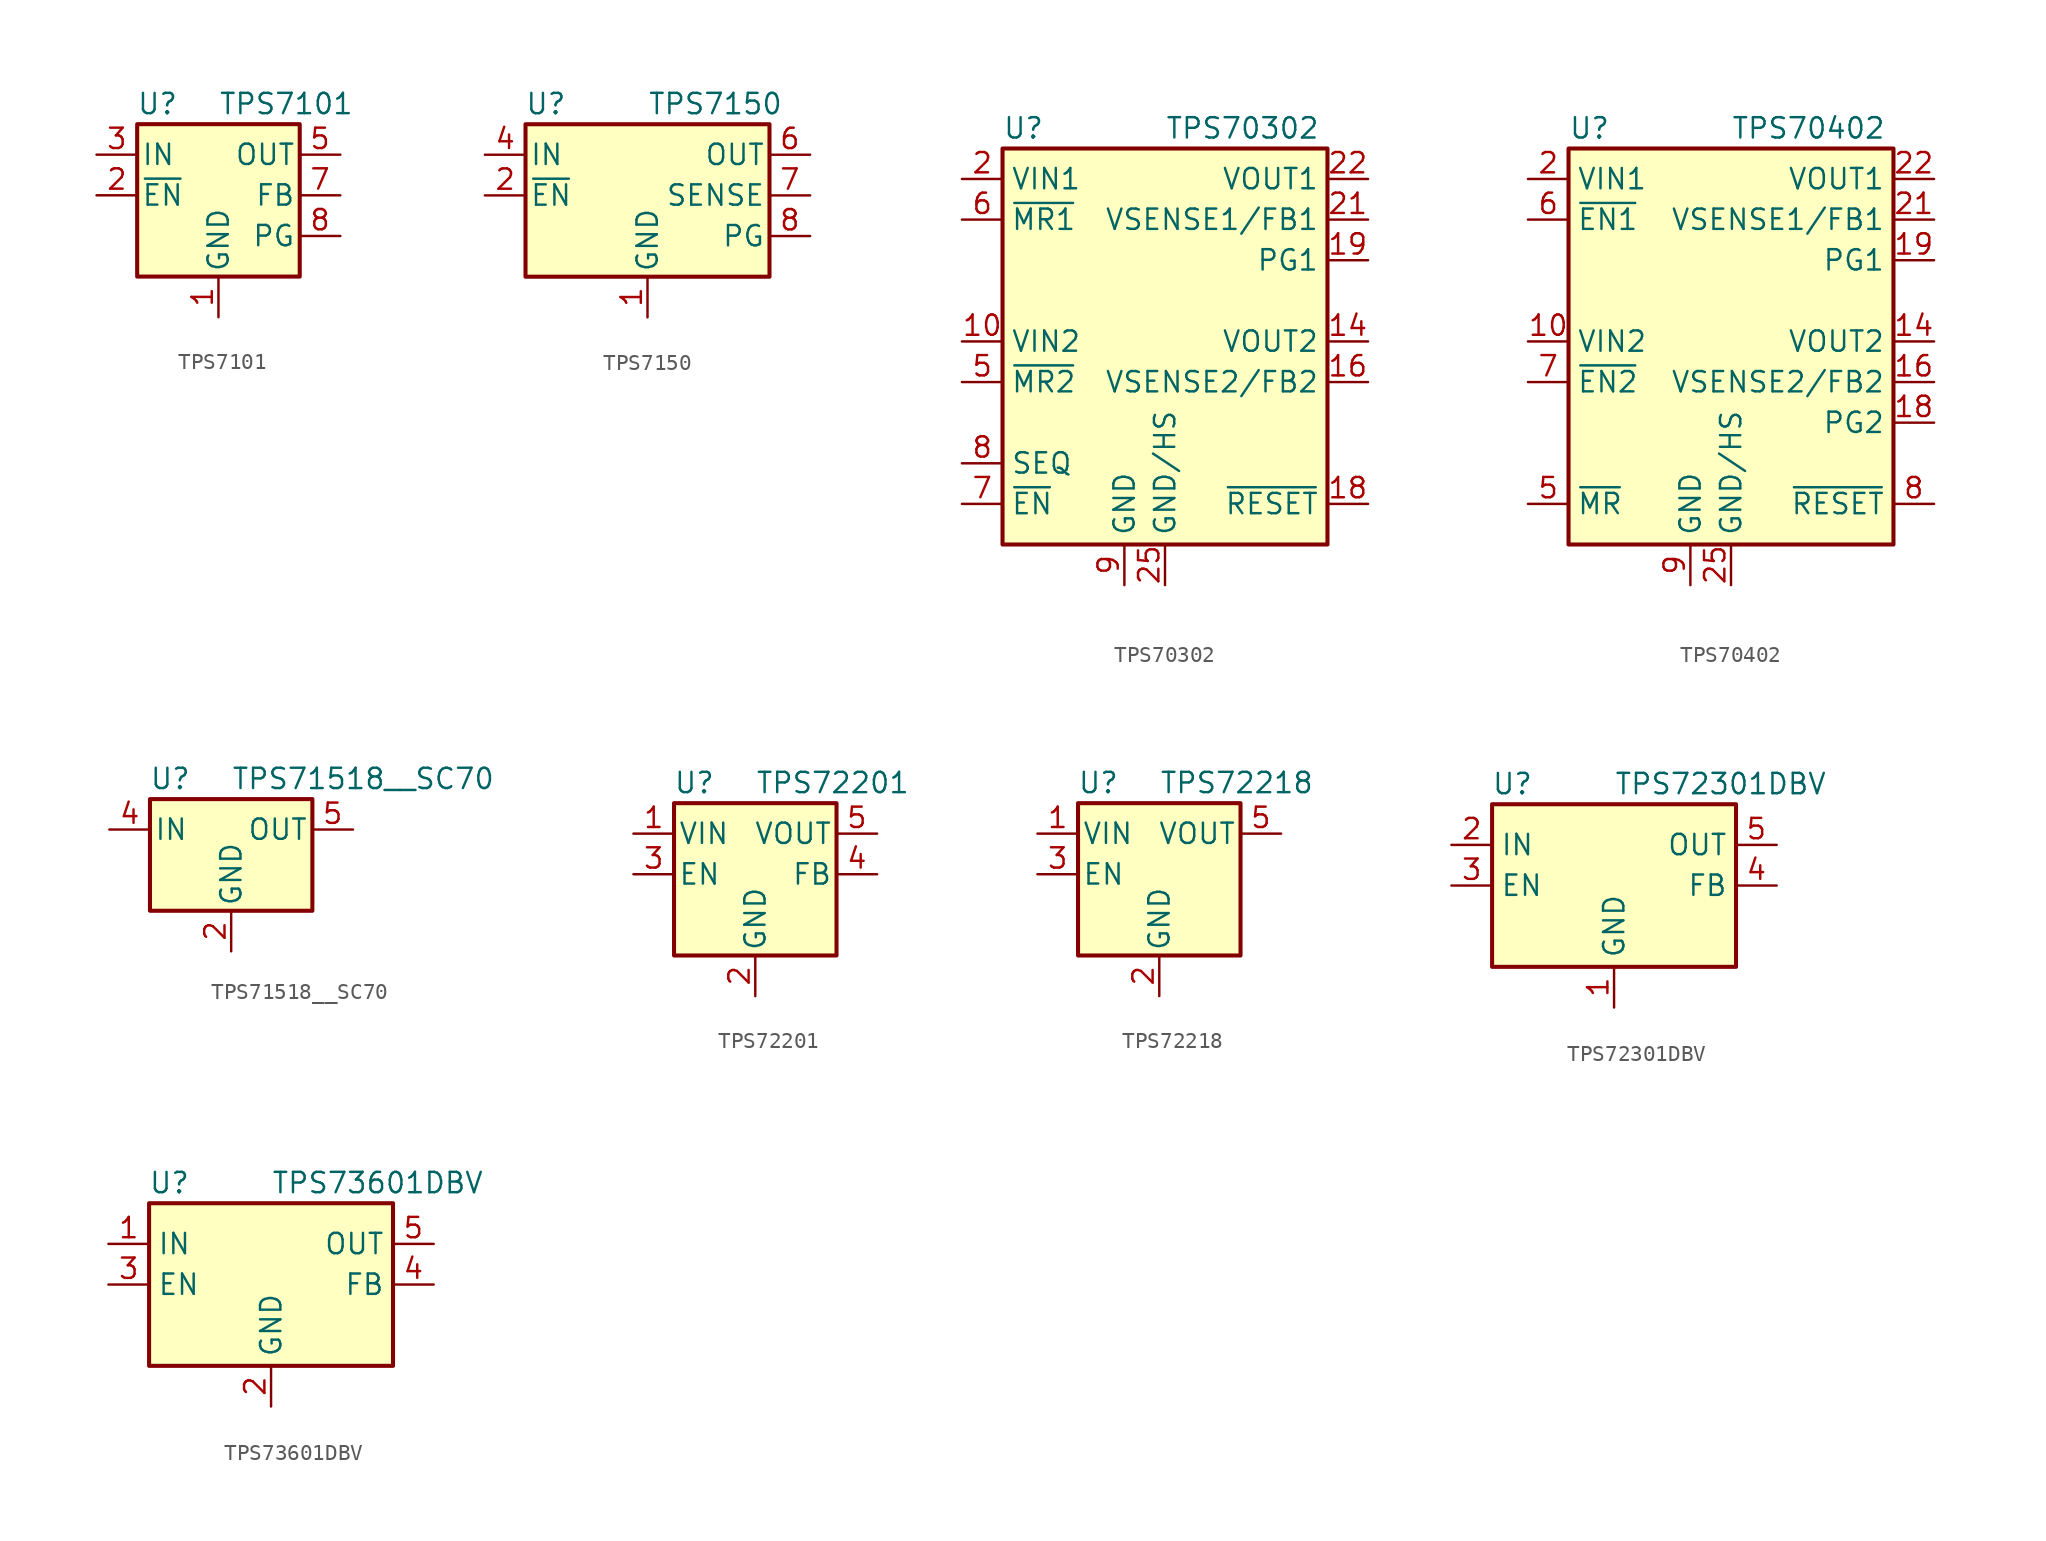
<source format=kicad_sym>
(kicad_symbol_lib
  (version 20241209)
  (generator "kicad_symbol_editor")
  (generator_version "9.0")
  (symbol "TPS7101"
    (pin_names
      (offset 0.254))
    (property "Reference" "U"
      (at -3.81 5.715 0)
      (effects (font (size 1.27 1.27))))
    (property "Value" "TPS7101"
      (at 0 5.715 0)
      (effects (font (size 1.27 1.27)) (justify left)))
    (symbol "TPS7101_0_1"
      (rectangle (start -5.08 4.445) (end 5.08 -5.08) (stroke (width 0.254) (type default)) (fill (type background))))
    (symbol "TPS7101_1_1"
      (pin power_in line (at -7.62 2.54 0) (length 2.54) (name "IN" (effects (font (size 1.27 1.27)))) (number "3" (effects (font (size 1.27 1.27)))))
      (pin passive line (at -7.62 2.54 0) (length 2.54) (hide yes) (name "IN" (effects (font (size 1.27 1.27)))) (number "4" (effects (font (size 1.27 1.27)))))
      (pin input line (at -7.62 0 0) (length 2.54) (name "~{EN}" (effects (font (size 1.27 1.27)))) (number "2" (effects (font (size 1.27 1.27)))))
      (pin power_in line (at 0 -7.62 90) (length 2.54) (name "GND" (effects (font (size 1.27 1.27)))) (number "1" (effects (font (size 1.27 1.27)))))
      (pin power_out line (at 7.62 2.54 180) (length 2.54) (name "OUT" (effects (font (size 1.27 1.27)))) (number "5" (effects (font (size 1.27 1.27)))))
      (pin passive line (at 7.62 2.54 180) (length 2.54) (hide yes) (name "OUT" (effects (font (size 1.27 1.27)))) (number "6" (effects (font (size 1.27 1.27)))))
      (pin input line (at 7.62 0 180) (length 2.54) (name "FB" (effects (font (size 1.27 1.27)))) (number "7" (effects (font (size 1.27 1.27)))))
      (pin output line (at 7.62 -2.54 180) (length 2.54) (name "PG" (effects (font (size 1.27 1.27)))) (number "8" (effects (font (size 1.27 1.27)))))))
  (symbol "TPS7150"
    (pin_names
      (offset 0.254))
    (property "Reference" "U"
      (at -6.35 8.255 0)
      (effects (font (size 1.27 1.27))))
    (property "Value" "TPS7150"
      (at 0 8.255 0)
      (effects (font (size 1.27 1.27)) (justify left)))
    (symbol "TPS7150_0_1"
      (rectangle (start -7.62 6.985) (end 7.62 -2.54) (stroke (width 0.254) (type default)) (fill (type background))))
    (symbol "TPS7150_1_1"
      (pin passive line (at -10.16 5.08 0) (length 2.54) (hide yes) (name "IN" (effects (font (size 1.27 1.27)))) (number "3" (effects (font (size 1.27 1.27)))))
      (pin power_in line (at -10.16 5.08 0) (length 2.54) (name "IN" (effects (font (size 1.27 1.27)))) (number "4" (effects (font (size 1.27 1.27)))))
      (pin input line (at -10.16 2.54 0) (length 2.54) (name "~{EN}" (effects (font (size 1.27 1.27)))) (number "2" (effects (font (size 1.27 1.27)))))
      (pin power_in line (at 0 -5.08 90) (length 2.54) (name "GND" (effects (font (size 1.27 1.27)))) (number "1" (effects (font (size 1.27 1.27)))))
      (pin passive line (at 10.16 5.08 180) (length 2.54) (hide yes) (name "OUT" (effects (font (size 1.27 1.27)))) (number "5" (effects (font (size 1.27 1.27)))))
      (pin power_out line (at 10.16 5.08 180) (length 2.54) (name "OUT" (effects (font (size 1.27 1.27)))) (number "6" (effects (font (size 1.27 1.27)))))
      (pin input line (at 10.16 2.54 180) (length 2.54) (name "SENSE" (effects (font (size 1.27 1.27)))) (number "7" (effects (font (size 1.27 1.27)))))
      (pin output line (at 10.16 0 180) (length 2.54) (name "PG" (effects (font (size 1.27 1.27)))) (number "8" (effects (font (size 1.27 1.27)))))))
  (symbol "TPS70302"
    (property "Reference" "U"
      (at -10.16 13.335 0)
      (effects (font (size 1.27 1.27)) (justify left)))
    (property "Value" "TPS70302"
      (at 0 13.335 0)
      (effects (font (size 1.27 1.27)) (justify left)))
    (symbol "TPS70302_0_1"
      (rectangle (start -10.16 12.065) (end 10.16 -12.7) (stroke (width 0.254) (type default)) (fill (type background))))
    (symbol "TPS70302_1_1"
      (pin power_in line (at -12.7 10.16 0) (length 2.54) (name "VIN1" (effects (font (size 1.27 1.27)))) (number "2" (effects (font (size 1.27 1.27)))))
      (pin passive line (at -12.7 10.16 0) (length 2.54) (hide yes) (name "VIN1" (effects (font (size 1.27 1.27)))) (number "3" (effects (font (size 1.27 1.27)))))
      (pin input line (at -12.7 7.62 0) (length 2.54) (name "~{MR1}" (effects (font (size 1.27 1.27)))) (number "6" (effects (font (size 1.27 1.27)))))
      (pin power_in line (at -12.7 0 0) (length 2.54) (name "VIN2" (effects (font (size 1.27 1.27)))) (number "10" (effects (font (size 1.27 1.27)))))
      (pin passive line (at -12.7 0 0) (length 2.54) (hide yes) (name "VIN2" (effects (font (size 1.27 1.27)))) (number "11" (effects (font (size 1.27 1.27)))))
      (pin input line (at -12.7 -2.54 0) (length 2.54) (name "~{MR2}" (effects (font (size 1.27 1.27)))) (number "5" (effects (font (size 1.27 1.27)))))
      (pin input line (at -12.7 -7.62 0) (length 2.54) (name "SEQ" (effects (font (size 1.27 1.27)))) (number "8" (effects (font (size 1.27 1.27)))))
      (pin input line (at -12.7 -10.16 0) (length 2.54) (name "~{EN}" (effects (font (size 1.27 1.27)))) (number "7" (effects (font (size 1.27 1.27)))))
      (pin no_connect line (at -10.16 5.08 0) (length 2.54) (hide yes) (name "NC" (effects (font (size 1.27 1.27)))) (number "4" (effects (font (size 1.27 1.27)))))
      (pin no_connect line (at -10.16 2.54 0) (length 2.54) (hide yes) (name "NC" (effects (font (size 1.27 1.27)))) (number "17" (effects (font (size 1.27 1.27)))))
      (pin no_connect line (at -10.16 -5.08 0) (length 2.54) (hide yes) (name "NC" (effects (font (size 1.27 1.27)))) (number "20" (effects (font (size 1.27 1.27)))))
      (pin power_in line (at -2.54 -15.24 90) (length 2.54) (name "GND" (effects (font (size 1.27 1.27)))) (number "9" (effects (font (size 1.27 1.27)))))
      (pin passive line (at 0 -15.24 90) (length 2.54) (hide yes) (name "GND/HS" (effects (font (size 1.27 1.27)))) (number "1" (effects (font (size 1.27 1.27)))))
      (pin passive line (at 0 -15.24 90) (length 2.54) (hide yes) (name "GND/HS" (effects (font (size 1.27 1.27)))) (number "12" (effects (font (size 1.27 1.27)))))
      (pin passive line (at 0 -15.24 90) (length 2.54) (hide yes) (name "GND/HS" (effects (font (size 1.27 1.27)))) (number "13" (effects (font (size 1.27 1.27)))))
      (pin passive line (at 0 -15.24 90) (length 2.54) (hide yes) (name "GND/HS" (effects (font (size 1.27 1.27)))) (number "24" (effects (font (size 1.27 1.27)))))
      (pin power_in line (at 0 -15.24 90) (length 2.54) (name "GND/HS" (effects (font (size 1.27 1.27)))) (number "25" (effects (font (size 1.27 1.27)))))
      (pin power_out line (at 12.7 10.16 180) (length 2.54) (name "VOUT1" (effects (font (size 1.27 1.27)))) (number "22" (effects (font (size 1.27 1.27)))))
      (pin passive line (at 12.7 10.16 180) (length 2.54) (hide yes) (name "VOUT1" (effects (font (size 1.27 1.27)))) (number "23" (effects (font (size 1.27 1.27)))))
      (pin input line (at 12.7 7.62 180) (length 2.54) (name "VSENSE1/FB1" (effects (font (size 1.27 1.27)))) (number "21" (effects (font (size 1.27 1.27)))))
      (pin open_collector line (at 12.7 5.08 180) (length 2.54) (name "PG1" (effects (font (size 1.27 1.27)))) (number "19" (effects (font (size 1.27 1.27)))))
      (pin power_out line (at 12.7 0 180) (length 2.54) (name "VOUT2" (effects (font (size 1.27 1.27)))) (number "14" (effects (font (size 1.27 1.27)))))
      (pin passive line (at 12.7 0 180) (length 2.54) (hide yes) (name "VOUT2" (effects (font (size 1.27 1.27)))) (number "15" (effects (font (size 1.27 1.27)))))
      (pin input line (at 12.7 -2.54 180) (length 2.54) (name "VSENSE2/FB2" (effects (font (size 1.27 1.27)))) (number "16" (effects (font (size 1.27 1.27)))))
      (pin open_collector line (at 12.7 -10.16 180) (length 2.54) (name "~{RESET}" (effects (font (size 1.27 1.27)))) (number "18" (effects (font (size 1.27 1.27)))))))
  (symbol "TPS70402"
    (property "Reference" "U"
      (at -10.16 13.335 0)
      (effects (font (size 1.27 1.27)) (justify left)))
    (property "Value" "TPS70402"
      (at 0 13.335 0)
      (effects (font (size 1.27 1.27)) (justify left)))
    (symbol "TPS70402_0_1"
      (rectangle (start -10.16 12.065) (end 10.16 -12.7) (stroke (width 0.254) (type default)) (fill (type background))))
    (symbol "TPS70402_1_1"
      (pin power_in line (at -12.7 10.16 0) (length 2.54) (name "VIN1" (effects (font (size 1.27 1.27)))) (number "2" (effects (font (size 1.27 1.27)))))
      (pin passive line (at -12.7 10.16 0) (length 2.54) (hide yes) (name "VIN1" (effects (font (size 1.27 1.27)))) (number "3" (effects (font (size 1.27 1.27)))))
      (pin input line (at -12.7 7.62 0) (length 2.54) (name "~{EN1}" (effects (font (size 1.27 1.27)))) (number "6" (effects (font (size 1.27 1.27)))))
      (pin power_in line (at -12.7 0 0) (length 2.54) (name "VIN2" (effects (font (size 1.27 1.27)))) (number "10" (effects (font (size 1.27 1.27)))))
      (pin passive line (at -12.7 0 0) (length 2.54) (hide yes) (name "VIN2" (effects (font (size 1.27 1.27)))) (number "11" (effects (font (size 1.27 1.27)))))
      (pin input line (at -12.7 -2.54 0) (length 2.54) (name "~{EN2}" (effects (font (size 1.27 1.27)))) (number "7" (effects (font (size 1.27 1.27)))))
      (pin input line (at -12.7 -10.16 0) (length 2.54) (name "~{MR}" (effects (font (size 1.27 1.27)))) (number "5" (effects (font (size 1.27 1.27)))))
      (pin no_connect line (at -10.16 5.08 0) (length 2.54) (hide yes) (name "NC" (effects (font (size 1.27 1.27)))) (number "4" (effects (font (size 1.27 1.27)))))
      (pin no_connect line (at -10.16 2.54 0) (length 2.54) (hide yes) (name "NC" (effects (font (size 1.27 1.27)))) (number "17" (effects (font (size 1.27 1.27)))))
      (pin no_connect line (at -10.16 -5.08 0) (length 2.54) (hide yes) (name "NC" (effects (font (size 1.27 1.27)))) (number "20" (effects (font (size 1.27 1.27)))))
      (pin power_in line (at -2.54 -15.24 90) (length 2.54) (name "GND" (effects (font (size 1.27 1.27)))) (number "9" (effects (font (size 1.27 1.27)))))
      (pin passive line (at 0 -15.24 90) (length 2.54) (hide yes) (name "GND/HS" (effects (font (size 1.27 1.27)))) (number "1" (effects (font (size 1.27 1.27)))))
      (pin passive line (at 0 -15.24 90) (length 2.54) (hide yes) (name "GND/HS" (effects (font (size 1.27 1.27)))) (number "12" (effects (font (size 1.27 1.27)))))
      (pin passive line (at 0 -15.24 90) (length 2.54) (hide yes) (name "GND/HS" (effects (font (size 1.27 1.27)))) (number "13" (effects (font (size 1.27 1.27)))))
      (pin passive line (at 0 -15.24 90) (length 2.54) (hide yes) (name "GND/HS" (effects (font (size 1.27 1.27)))) (number "24" (effects (font (size 1.27 1.27)))))
      (pin power_in line (at 0 -15.24 90) (length 2.54) (name "GND/HS" (effects (font (size 1.27 1.27)))) (number "25" (effects (font (size 1.27 1.27)))))
      (pin power_out line (at 12.7 10.16 180) (length 2.54) (name "VOUT1" (effects (font (size 1.27 1.27)))) (number "22" (effects (font (size 1.27 1.27)))))
      (pin passive line (at 12.7 10.16 180) (length 2.54) (hide yes) (name "VOUT1" (effects (font (size 1.27 1.27)))) (number "23" (effects (font (size 1.27 1.27)))))
      (pin input line (at 12.7 7.62 180) (length 2.54) (name "VSENSE1/FB1" (effects (font (size 1.27 1.27)))) (number "21" (effects (font (size 1.27 1.27)))))
      (pin open_collector line (at 12.7 5.08 180) (length 2.54) (name "PG1" (effects (font (size 1.27 1.27)))) (number "19" (effects (font (size 1.27 1.27)))))
      (pin power_out line (at 12.7 0 180) (length 2.54) (name "VOUT2" (effects (font (size 1.27 1.27)))) (number "14" (effects (font (size 1.27 1.27)))))
      (pin passive line (at 12.7 0 180) (length 2.54) (hide yes) (name "VOUT2" (effects (font (size 1.27 1.27)))) (number "15" (effects (font (size 1.27 1.27)))))
      (pin input line (at 12.7 -2.54 180) (length 2.54) (name "VSENSE2/FB2" (effects (font (size 1.27 1.27)))) (number "16" (effects (font (size 1.27 1.27)))))
      (pin open_collector line (at 12.7 -5.08 180) (length 2.54) (name "PG2" (effects (font (size 1.27 1.27)))) (number "18" (effects (font (size 1.27 1.27)))))
      (pin open_collector line (at 12.7 -10.16 180) (length 2.54) (name "~{RESET}" (effects (font (size 1.27 1.27)))) (number "8" (effects (font (size 1.27 1.27)))))))
  (symbol "TPS71518__SC70"
    (pin_names
      (offset 0.254))
    (property "Reference" "U"
      (at -3.81 3.175 0)
      (effects (font (size 1.27 1.27))))
    (property "Value" "TPS71518__SC70"
      (at 0 3.175 0)
      (effects (font (size 1.27 1.27)) (justify left)))
    (symbol "TPS71518__SC70_0_1"
      (rectangle (start -5.08 1.905) (end 5.08 -5.08) (stroke (width 0.254) (type default)) (fill (type background))))
    (symbol "TPS71518__SC70_1_1"
      (pin power_in line (at -7.62 0 0) (length 2.54) (name "IN" (effects (font (size 1.27 1.27)))) (number "4" (effects (font (size 1.27 1.27)))))
      (pin no_connect line (at -5.08 -2.54 0) (length 2.54) (hide yes) (name "NC" (effects (font (size 1.27 1.27)))) (number "3" (effects (font (size 1.27 1.27)))))
      (pin power_in line (at 0 -7.62 90) (length 2.54) (name "GND" (effects (font (size 1.27 1.27)))) (number "2" (effects (font (size 1.27 1.27)))))
      (pin no_connect line (at 5.08 -2.54 180) (length 2.54) (hide yes) (name "NC" (effects (font (size 1.27 1.27)))) (number "1" (effects (font (size 1.27 1.27)))))
      (pin power_out line (at 7.62 0 180) (length 2.54) (name "OUT" (effects (font (size 1.27 1.27)))) (number "5" (effects (font (size 1.27 1.27)))))))
  (symbol "TPS72201"
    (pin_names
      (offset 0.254))
    (property "Reference" "U"
      (at -3.81 5.715 0)
      (effects (font (size 1.27 1.27))))
    (property "Value" "TPS72201"
      (at 0 5.715 0)
      (effects (font (size 1.27 1.27)) (justify left)))
    (symbol "TPS72201_0_1"
      (rectangle (start -5.08 4.445) (end 5.08 -5.08) (stroke (width 0.254) (type default)) (fill (type background))))
    (symbol "TPS72201_1_1"
      (pin power_in line (at -7.62 2.54 0) (length 2.54) (name "VIN" (effects (font (size 1.27 1.27)))) (number "1" (effects (font (size 1.27 1.27)))))
      (pin input line (at -7.62 0 0) (length 2.54) (name "EN" (effects (font (size 1.27 1.27)))) (number "3" (effects (font (size 1.27 1.27)))))
      (pin power_in line (at 0 -7.62 90) (length 2.54) (name "GND" (effects (font (size 1.27 1.27)))) (number "2" (effects (font (size 1.27 1.27)))))
      (pin power_out line (at 7.62 2.54 180) (length 2.54) (name "VOUT" (effects (font (size 1.27 1.27)))) (number "5" (effects (font (size 1.27 1.27)))))
      (pin input line (at 7.62 0 180) (length 2.54) (name "FB" (effects (font (size 1.27 1.27)))) (number "4" (effects (font (size 1.27 1.27)))))))
  (symbol "TPS72218"
    (pin_names
      (offset 0.254))
    (property "Reference" "U"
      (at -3.81 5.715 0)
      (effects (font (size 1.27 1.27))))
    (property "Value" "TPS72218"
      (at 0 5.715 0)
      (effects (font (size 1.27 1.27)) (justify left)))
    (symbol "TPS72218_0_1"
      (rectangle (start -5.08 4.445) (end 5.08 -5.08) (stroke (width 0.254) (type default)) (fill (type background))))
    (symbol "TPS72218_1_1"
      (pin power_in line (at -7.62 2.54 0) (length 2.54) (name "VIN" (effects (font (size 1.27 1.27)))) (number "1" (effects (font (size 1.27 1.27)))))
      (pin input line (at -7.62 0 0) (length 2.54) (name "EN" (effects (font (size 1.27 1.27)))) (number "3" (effects (font (size 1.27 1.27)))))
      (pin power_in line (at 0 -7.62 90) (length 2.54) (name "GND" (effects (font (size 1.27 1.27)))) (number "2" (effects (font (size 1.27 1.27)))))
      (pin no_connect line (at 2.54 0 180) (length 2.54) (hide yes) (name "NC" (effects (font (size 1.27 1.27)))) (number "4" (effects (font (size 1.27 1.27)))))
      (pin power_out line (at 7.62 2.54 180) (length 2.54) (name "VOUT" (effects (font (size 1.27 1.27)))) (number "5" (effects (font (size 1.27 1.27)))))))
  (symbol "TPS72301DBV"
    (property "Reference" "U"
      (at -6.35 6.35 0)
      (effects (font (size 1.27 1.27))))
    (property "Value" "TPS72301DBV"
      (at 0 6.35 0)
      (effects (font (size 1.27 1.27)) (justify left)))
    (symbol "TPS72301DBV_0_1"
      (rectangle (start -7.62 -5.08) (end 7.62 5.08) (stroke (width 0.254) (type default)) (fill (type background))))
    (symbol "TPS72301DBV_1_1"
      (pin power_in line (at -10.16 2.54 0) (length 2.54) (name "IN" (effects (font (size 1.27 1.27)))) (number "2" (effects (font (size 1.27 1.27)))))
      (pin input line (at -10.16 0 0) (length 2.54) (name "EN" (effects (font (size 1.27 1.27)))) (number "3" (effects (font (size 1.27 1.27)))))
      (pin power_in line (at 0 -7.62 90) (length 2.54) (name "GND" (effects (font (size 1.27 1.27)))) (number "1" (effects (font (size 1.27 1.27)))))
      (pin power_out line (at 10.16 2.54 180) (length 2.54) (name "OUT" (effects (font (size 1.27 1.27)))) (number "5" (effects (font (size 1.27 1.27)))))
      (pin input line (at 10.16 0 180) (length 2.54) (name "FB" (effects (font (size 1.27 1.27)))) (number "4" (effects (font (size 1.27 1.27)))))))
  (symbol "TPS73601DBV"
    (property "Reference" "U"
      (at -6.35 6.35 0)
      (effects (font (size 1.27 1.27))))
    (property "Value" "TPS73601DBV"
      (at 0 6.35 0)
      (effects (font (size 1.27 1.27)) (justify left)))
    (symbol "TPS73601DBV_0_1"
      (rectangle (start -7.62 -5.08) (end 7.62 5.08) (stroke (width 0.254) (type default)) (fill (type background))))
    (symbol "TPS73601DBV_1_1"
      (pin power_in line (at -10.16 2.54 0) (length 2.54) (name "IN" (effects (font (size 1.27 1.27)))) (number "1" (effects (font (size 1.27 1.27)))))
      (pin input line (at -10.16 0 0) (length 2.54) (name "EN" (effects (font (size 1.27 1.27)))) (number "3" (effects (font (size 1.27 1.27)))))
      (pin power_in line (at 0 -7.62 90) (length 2.54) (name "GND" (effects (font (size 1.27 1.27)))) (number "2" (effects (font (size 1.27 1.27)))))
      (pin power_out line (at 10.16 2.54 180) (length 2.54) (name "OUT" (effects (font (size 1.27 1.27)))) (number "5" (effects (font (size 1.27 1.27)))))
      (pin input line (at 10.16 0 180) (length 2.54) (name "FB" (effects (font (size 1.27 1.27)))) (number "4" (effects (font (size 1.27 1.27))))))))
</source>
